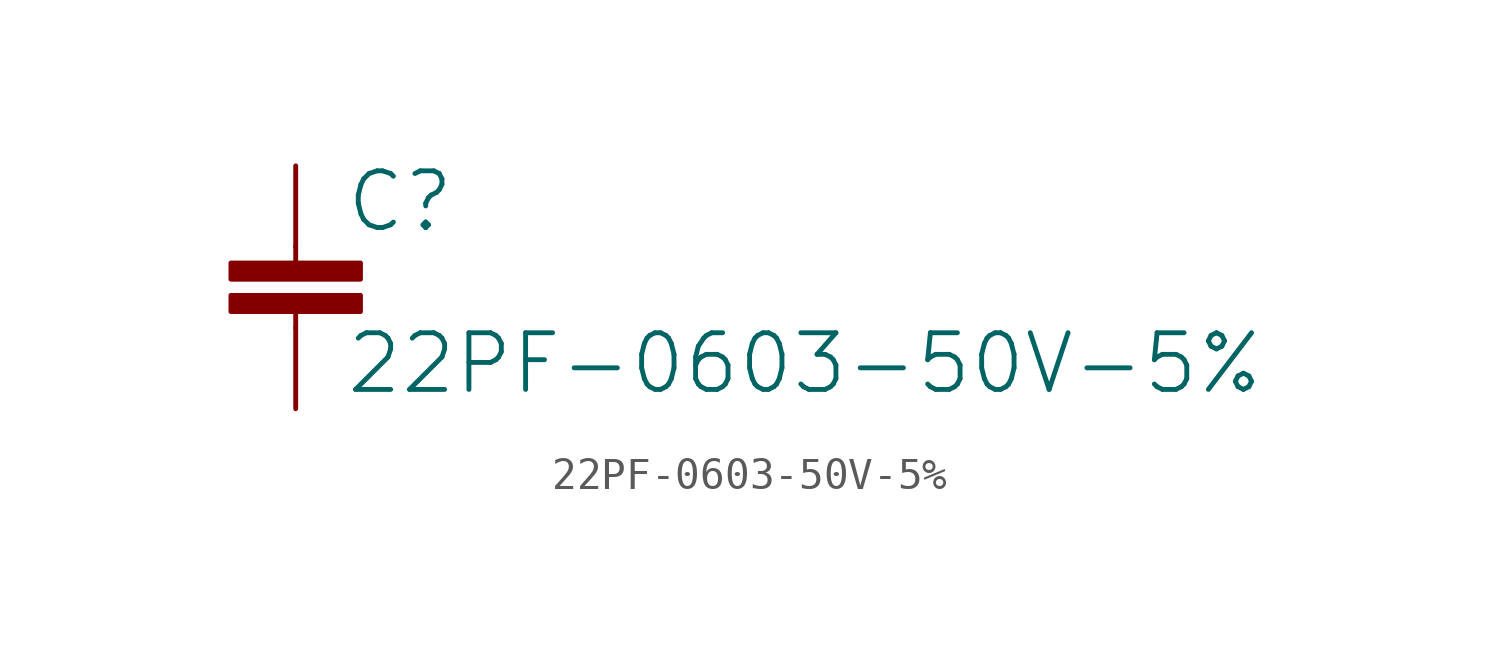
<source format=kicad_sym>
(kicad_symbol_lib
  (version 20211014)
  (generator kicad_symbol_editor)
  (symbol "22PF-0603-50V-5%"
    (property "Reference" "C"
      (at 1.524 2.921 0)
      (effects (font (size 1.778 1.778)) (justify left bottom)))
    (property "Value" "22PF-0603-50V-5%"
      (at 1.524 -2.159 0)
      (effects (font (size 1.778 1.778)) (justify left bottom)))
    (property "ki_locked" ""
      (at 0 0 0)
      (effects (font (size 1.27 1.27))))
    (symbol "22PF-0603-50V-5%_1_0"
      (rectangle (start -2.032 0.508) (end 2.032 1.016) (stroke (width 0) (type default) (color 0 0 0 0)) (fill (type outline)))
      (rectangle (start -2.032 1.524) (end 2.032 2.032) (stroke (width 0) (type default) (color 0 0 0 0)) (fill (type outline)))
      (polyline (pts (xy 0 0) (xy 0 0.508)) (stroke (width 0.152) (type default) (color 0 0 0 0)) (fill (type none)))
      (polyline (pts (xy 0 2.54) (xy 0 2.032)) (stroke (width 0.152) (type default) (color 0 0 0 0)) (fill (type none)))
      (pin passive line (at 0 5.08 270) (length 2.54) (name "1" (effects (font (size 0 0)))) (number "1" (effects (font (size 0 0)))))
      (pin passive line (at 0 -2.54 90) (length 2.54) (name "2" (effects (font (size 0 0)))) (number "2" (effects (font (size 0 0))))))))
</source>
